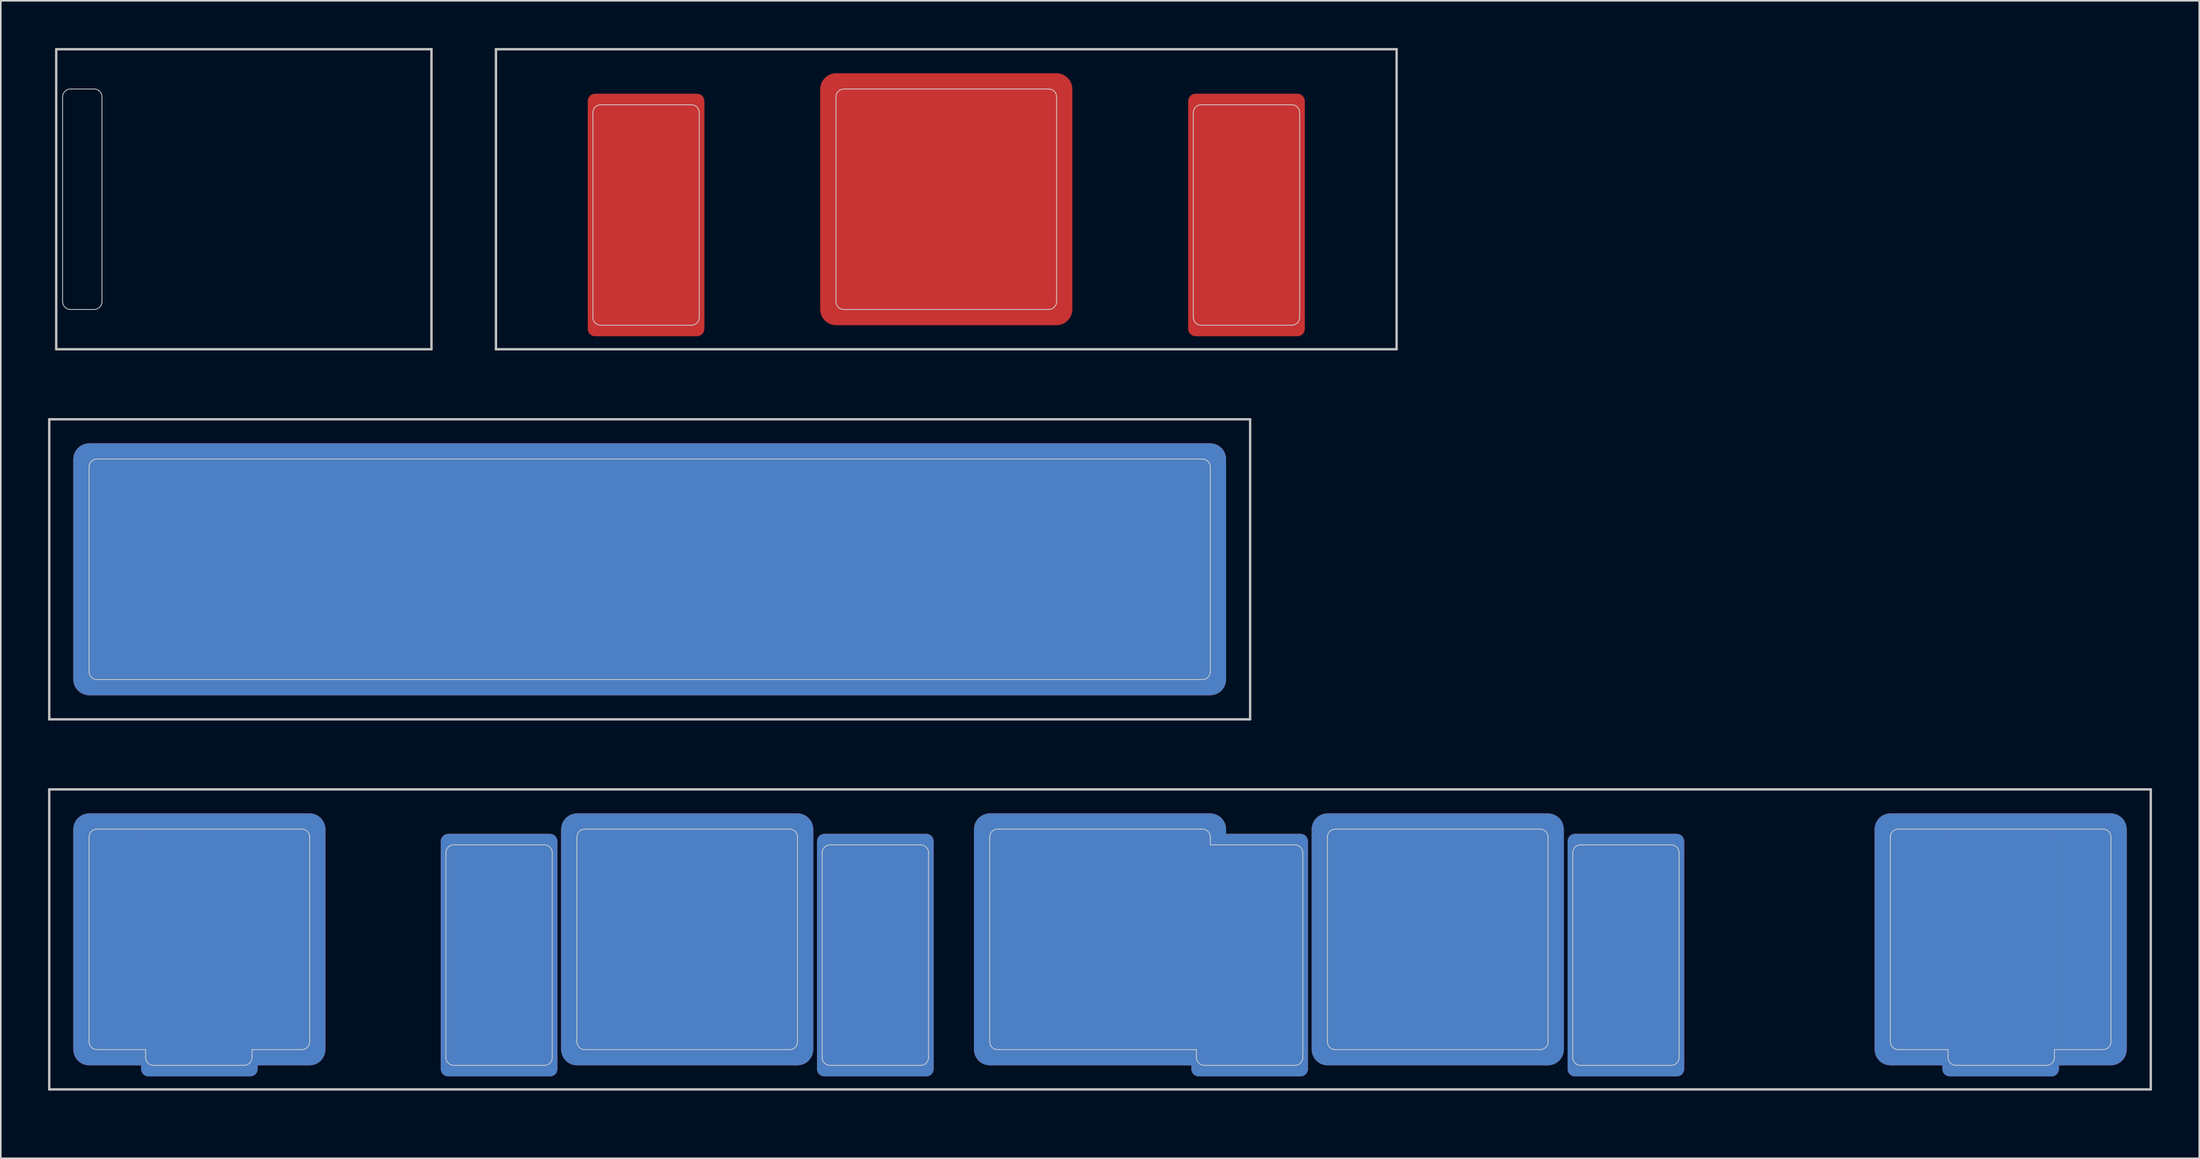
<source format=kicad_pcb>
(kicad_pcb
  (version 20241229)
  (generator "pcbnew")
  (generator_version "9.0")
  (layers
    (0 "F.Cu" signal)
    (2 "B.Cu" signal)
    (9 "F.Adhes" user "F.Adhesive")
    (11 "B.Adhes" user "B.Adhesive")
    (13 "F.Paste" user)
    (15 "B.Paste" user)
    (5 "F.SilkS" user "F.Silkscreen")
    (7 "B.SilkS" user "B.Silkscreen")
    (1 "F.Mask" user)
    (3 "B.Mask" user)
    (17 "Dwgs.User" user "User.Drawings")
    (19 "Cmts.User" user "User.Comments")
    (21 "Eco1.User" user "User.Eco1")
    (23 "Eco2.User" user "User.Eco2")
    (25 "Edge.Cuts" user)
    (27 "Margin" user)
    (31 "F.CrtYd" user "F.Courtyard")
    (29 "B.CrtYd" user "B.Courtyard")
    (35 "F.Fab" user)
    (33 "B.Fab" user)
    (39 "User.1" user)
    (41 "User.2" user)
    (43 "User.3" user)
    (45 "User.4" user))
  (footprint "MX_Cutout_7u_1u-2.25u-2.75u-1u"
    (layer "F.Cu")
    (at 66.75 56.596)
    (property "Reference" "MX_Cutout_7u_1u-2.25u-2.75u-1u" (at 0.25 10.05 0) (layer "Eco2.User") (effects (font (size 1 1) (thickness 0.15))))
    (attr through_hole)
    (fp_line (start -66.675 -9.525) (end -66.675 9.525) (stroke (width 0.15) (type solid)) (layer "Dwgs.User"))
    (fp_line (start -66.675 -9.525) (end 66.675 -9.525) (stroke (width 0.15) (type solid)) (layer "Dwgs.User"))
    (fp_line (start -66.675 9.525) (end 66.675 9.525) (stroke (width 0.15) (type solid)) (layer "Dwgs.User"))
    (fp_line (start 66.675 -9.525) (end 66.675 9.525) (stroke (width 0.15) (type solid)) (layer "Dwgs.User"))
    (fp_line (start -64.15 -6.5) (end -64.15 6.5) (stroke (width 0.05) (type solid)) (layer "Edge.Cuts"))
    (fp_line (start -63.65 7) (end -60.562 7) (stroke (width 0.05) (type solid)) (layer "Edge.Cuts"))
    (fp_line (start -60.562 7) (end -60.562 7.5) (stroke (width 0.05) (type solid)) (layer "Edge.Cuts"))
    (fp_line (start -54.312 8) (end -60.062 8) (stroke (width 0.05) (type solid)) (layer "Edge.Cuts"))
    (fp_line (start -53.812 7) (end -53.812 7.5) (stroke (width 0.05) (type solid)) (layer "Edge.Cuts"))
    (fp_line (start -53.812 7) (end -50.65 7) (stroke (width 0.05) (type solid)) (layer "Edge.Cuts"))
    (fp_line (start -50.65 -7) (end -63.65 -7) (stroke (width 0.05) (type solid)) (layer "Edge.Cuts"))
    (fp_line (start -50.15 6.5) (end -50.15 -6.5) (stroke (width 0.05) (type solid)) (layer "Edge.Cuts"))
    (fp_line (start -41.507 7.5) (end -41.507 -5.5) (stroke (width 0.05) (type solid)) (layer "Edge.Cuts"))
    (fp_line (start -41.007 -6) (end -35.257 -6) (stroke (width 0.05) (type solid)) (layer "Edge.Cuts"))
    (fp_line (start -35.257 8) (end -41.007 8) (stroke (width 0.05) (type solid)) (layer "Edge.Cuts"))
    (fp_line (start -34.757 -5.5) (end -34.757 7.5) (stroke (width 0.05) (type solid)) (layer "Edge.Cuts"))
    (fp_line (start -33.194 6.5) (end -33.194 -6.5) (stroke (width 0.05) (type solid)) (layer "Edge.Cuts"))
    (fp_line (start -32.694 -7) (end -19.694 -7) (stroke (width 0.05) (type solid)) (layer "Edge.Cuts"))
    (fp_line (start -19.694 7) (end -32.694 7) (stroke (width 0.05) (type solid)) (layer "Edge.Cuts"))
    (fp_line (start -19.194 -6.5) (end -19.194 6.5) (stroke (width 0.05) (type solid)) (layer "Edge.Cuts"))
    (fp_line (start -17.631 7.5) (end -17.631 -5.5) (stroke (width 0.05) (type solid)) (layer "Edge.Cuts"))
    (fp_line (start -17.131 -6) (end -11.381 -6) (stroke (width 0.05) (type solid)) (layer "Edge.Cuts"))
    (fp_line (start -11.381 8) (end -17.131 8) (stroke (width 0.05) (type solid)) (layer "Edge.Cuts"))
    (fp_line (start -10.881 -5.5) (end -10.881 7.5) (stroke (width 0.05) (type solid)) (layer "Edge.Cuts"))
    (fp_line (start -7 6.5) (end -7 -6.5) (stroke (width 0.05) (type solid)) (layer "Edge.Cuts"))
    (fp_line (start -6.5 -7) (end 6.5 -7) (stroke (width 0.05) (type solid)) (layer "Edge.Cuts"))
    (fp_line (start 6.118 7) (end -6.5 7) (stroke (width 0.05) (type solid)) (layer "Edge.Cuts"))
    (fp_line (start 6.118 7) (end 6.118 7.5) (stroke (width 0.05) (type solid)) (layer "Edge.Cuts"))
    (fp_line (start 7 -6.5) (end 7 -6) (stroke (width 0.05) (type solid)) (layer "Edge.Cuts"))
    (fp_line (start 7 -6) (end 12.368 -6) (stroke (width 0.05) (type solid)) (layer "Edge.Cuts"))
    (fp_line (start 12.368 8) (end 6.618 8) (stroke (width 0.05) (type solid)) (layer "Edge.Cuts"))
    (fp_line (start 12.868 -5.5) (end 12.868 7.5) (stroke (width 0.05) (type solid)) (layer "Edge.Cuts"))
    (fp_line (start 14.431 6.5) (end 14.431 -6.5) (stroke (width 0.05) (type solid)) (layer "Edge.Cuts"))
    (fp_line (start 14.931 -7) (end 27.931 -7) (stroke (width 0.05) (type solid)) (layer "Edge.Cuts"))
    (fp_line (start 27.931 7) (end 14.931 7) (stroke (width 0.05) (type solid)) (layer "Edge.Cuts"))
    (fp_line (start 28.431 -6.5) (end 28.431 6.5) (stroke (width 0.05) (type solid)) (layer "Edge.Cuts"))
    (fp_line (start 29.994 7.5) (end 29.994 -5.5) (stroke (width 0.05) (type solid)) (layer "Edge.Cuts"))
    (fp_line (start 30.494 -6) (end 36.244 -6) (stroke (width 0.05) (type solid)) (layer "Edge.Cuts"))
    (fp_line (start 36.244 8) (end 30.494 8) (stroke (width 0.05) (type solid)) (layer "Edge.Cuts"))
    (fp_line (start 36.744 -5.5) (end 36.744 7.5) (stroke (width 0.05) (type solid)) (layer "Edge.Cuts"))
    (fp_line (start 50.15 -6.5) (end 50.15 6.5) (stroke (width 0.05) (type solid)) (layer "Edge.Cuts"))
    (fp_line (start 50.65 7) (end 53.812 7) (stroke (width 0.05) (type solid)) (layer "Edge.Cuts"))
    (fp_line (start 53.812 7.5) (end 53.812 7) (stroke (width 0.05) (type solid)) (layer "Edge.Cuts"))
    (fp_line (start 60.062 8) (end 54.312 8) (stroke (width 0.05) (type solid)) (layer "Edge.Cuts"))
    (fp_line (start 60.562 7) (end 60.562 7.5) (stroke (width 0.05) (type solid)) (layer "Edge.Cuts"))
    (fp_line (start 60.562 7) (end 63.65 7) (stroke (width 0.05) (type solid)) (layer "Edge.Cuts"))
    (fp_line (start 63.65 -7) (end 50.65 -7) (stroke (width 0.05) (type solid)) (layer "Edge.Cuts"))
    (fp_line (start 64.15 6.5) (end 64.15 -6.5) (stroke (width 0.05) (type solid)) (layer "Edge.Cuts"))
    (fp_arc (start -64.15 -6.5) (mid -64.003553 -6.853553) (end -63.65 -7) (stroke (width 0.05) (type solid)) (layer "Edge.Cuts"))
    (fp_arc (start -63.65 7) (mid -64.003553 6.853553) (end -64.15 6.5) (stroke (width 0.05) (type solid)) (layer "Edge.Cuts"))
    (fp_arc (start -60.0625 8) (mid -60.416053 7.853553) (end -60.5625 7.5) (stroke (width 0.05) (type solid)) (layer "Edge.Cuts"))
    (fp_arc (start -53.8125 7.5) (mid -53.958947 7.853553) (end -54.3125 8) (stroke (width 0.05) (type solid)) (layer "Edge.Cuts"))
    (fp_arc (start -50.65 -7) (mid -50.296447 -6.853553) (end -50.15 -6.5) (stroke (width 0.05) (type solid)) (layer "Edge.Cuts"))
    (fp_arc (start -50.15 6.5) (mid -50.296447 6.853553) (end -50.65 7) (stroke (width 0.05) (type solid)) (layer "Edge.Cuts"))
    (fp_arc (start -41.50675 -5.5) (mid -41.360303 -5.853553) (end -41.00675 -6) (stroke (width 0.05) (type solid)) (layer "Edge.Cuts"))
    (fp_arc (start -41.00675 8) (mid -41.360303 7.853553) (end -41.50675 7.5) (stroke (width 0.05) (type solid)) (layer "Edge.Cuts"))
    (fp_arc (start -35.25675 -6) (mid -34.903197 -5.853553) (end -34.75675 -5.5) (stroke (width 0.05) (type solid)) (layer "Edge.Cuts"))
    (fp_arc (start -34.75675 7.5) (mid -34.903197 7.853553) (end -35.25675 8) (stroke (width 0.05) (type solid)) (layer "Edge.Cuts"))
    (fp_arc (start -33.19375 -6.5) (mid -33.047303 -6.853553) (end -32.69375 -7) (stroke (width 0.05) (type solid)) (layer "Edge.Cuts"))
    (fp_arc (start -32.69375 7) (mid -33.047303 6.853553) (end -33.19375 6.5) (stroke (width 0.05) (type solid)) (layer "Edge.Cuts"))
    (fp_arc (start -19.69375 -7) (mid -19.340197 -6.853553) (end -19.19375 -6.5) (stroke (width 0.05) (type solid)) (layer "Edge.Cuts"))
    (fp_arc (start -19.19375 6.5) (mid -19.340197 6.853553) (end -19.69375 7) (stroke (width 0.05) (type solid)) (layer "Edge.Cuts"))
    (fp_arc (start -17.63075 -5.5) (mid -17.484303 -5.853553) (end -17.13075 -6) (stroke (width 0.05) (type solid)) (layer "Edge.Cuts"))
    (fp_arc (start -17.13075 8) (mid -17.484303 7.853553) (end -17.63075 7.5) (stroke (width 0.05) (type solid)) (layer "Edge.Cuts"))
    (fp_arc (start -11.38075 -6) (mid -11.027197 -5.853553) (end -10.88075 -5.5) (stroke (width 0.05) (type solid)) (layer "Edge.Cuts"))
    (fp_arc (start -10.88075 7.5) (mid -11.027197 7.853553) (end -11.38075 8) (stroke (width 0.05) (type solid)) (layer "Edge.Cuts"))
    (fp_arc (start -7 -6.5) (mid -6.853553 -6.853553) (end -6.5 -7) (stroke (width 0.05) (type solid)) (layer "Edge.Cuts"))
    (fp_arc (start -6.5 7) (mid -6.853553 6.853553) (end -7 6.5) (stroke (width 0.05) (type solid)) (layer "Edge.Cuts"))
    (fp_arc (start 6.5 -7) (mid 6.853553 -6.853553) (end 7 -6.5) (stroke (width 0.05) (type solid)) (layer "Edge.Cuts"))
    (fp_arc (start 6.61825 8) (mid 6.264697 7.853553) (end 6.11825 7.5) (stroke (width 0.05) (type solid)) (layer "Edge.Cuts"))
    (fp_arc (start 12.36825 -6) (mid 12.721803 -5.853553) (end 12.86825 -5.5) (stroke (width 0.05) (type solid)) (layer "Edge.Cuts"))
    (fp_arc (start 12.86825 7.5) (mid 12.721803 7.853553) (end 12.36825 8) (stroke (width 0.05) (type solid)) (layer "Edge.Cuts"))
    (fp_arc (start 14.43125 -6.5) (mid 14.577697 -6.853553) (end 14.93125 -7) (stroke (width 0.05) (type solid)) (layer "Edge.Cuts"))
    (fp_arc (start 14.93125 7) (mid 14.577697 6.853553) (end 14.43125 6.5) (stroke (width 0.05) (type solid)) (layer "Edge.Cuts"))
    (fp_arc (start 27.93125 -7) (mid 28.284803 -6.853553) (end 28.43125 -6.5) (stroke (width 0.05) (type solid)) (layer "Edge.Cuts"))
    (fp_arc (start 28.43125 6.5) (mid 28.284803 6.853553) (end 27.93125 7) (stroke (width 0.05) (type solid)) (layer "Edge.Cuts"))
    (fp_arc (start 29.99425 -5.5) (mid 30.140697 -5.853553) (end 30.49425 -6) (stroke (width 0.05) (type solid)) (layer "Edge.Cuts"))
    (fp_arc (start 30.49425 8) (mid 30.140697 7.853553) (end 29.99425 7.5) (stroke (width 0.05) (type solid)) (layer "Edge.Cuts"))
    (fp_arc (start 36.24425 -6) (mid 36.597803 -5.853553) (end 36.74425 -5.5) (stroke (width 0.05) (type solid)) (layer "Edge.Cuts"))
    (fp_arc (start 36.74425 7.5) (mid 36.597803 7.853553) (end 36.24425 8) (stroke (width 0.05) (type solid)) (layer "Edge.Cuts"))
    (fp_arc (start 50.15 -6.5) (mid 50.296447 -6.853553) (end 50.65 -7) (stroke (width 0.05) (type solid)) (layer "Edge.Cuts"))
    (fp_arc (start 50.65 7) (mid 50.296447 6.853553) (end 50.15 6.5) (stroke (width 0.05) (type solid)) (layer "Edge.Cuts"))
    (fp_arc (start 54.3125 8) (mid 53.958947 7.853553) (end 53.8125 7.5) (stroke (width 0.05) (type solid)) (layer "Edge.Cuts"))
    (fp_arc (start 60.5625 7.5) (mid 60.416053 7.853553) (end 60.0625 8) (stroke (width 0.05) (type solid)) (layer "Edge.Cuts"))
    (fp_arc (start 63.65 -7) (mid 64.003553 -6.853553) (end 64.15 -6.5) (stroke (width 0.05) (type solid)) (layer "Edge.Cuts"))
    (fp_arc (start 64.15 6.5) (mid 64.003553 6.853553) (end 63.65 7) (stroke (width 0.05) (type solid)) (layer "Edge.Cuts"))
    (pad "1" smd roundrect (at -57.15 0 180) (size 16 16) (layers "F.Cu" "F.Mask") (roundrect_rratio 0.063))
    (pad "1" smd roundrect (at -57.15 0 180) (size 16 16) (layers "B.Cu" "B.Mask") (roundrect_rratio 0.063))
    (pad "1" smd roundrect (at -57.15 1 180) (size 7.4 15.4) (layers "F.Cu" "F.Mask") (roundrect_rratio 0.063))
    (pad "1" smd roundrect (at -57.15 1 180) (size 7.4 15.4) (layers "B.Cu" "B.Mask") (roundrect_rratio 0.063))
    (pad "1" smd roundrect (at -38.131 1 180) (size 7.4 15.4) (layers "F.Cu" "F.Mask") (roundrect_rratio 0.063))
    (pad "1" smd roundrect (at -38.131 1 180) (size 7.4 15.4) (layers "B.Cu" "B.Mask") (roundrect_rratio 0.063))
    (pad "1" smd roundrect (at -26.194 0 180) (size 16 16) (layers "F.Cu" "F.Mask") (roundrect_rratio 0.063))
    (pad "1" smd roundrect (at -26.194 0 180) (size 16 16) (layers "B.Cu" "B.Mask") (roundrect_rratio 0.063))
    (pad "1" smd roundrect (at -14.256 1 180) (size 7.4 15.4) (layers "F.Cu" "F.Mask") (roundrect_rratio 0.063))
    (pad "1" smd roundrect (at -14.256 1 180) (size 7.4 15.4) (layers "B.Cu" "B.Mask") (roundrect_rratio 0.063))
    (pad "1" smd roundrect (at 0 0 180) (size 16 16) (layers "F.Cu" "F.Mask") (roundrect_rratio 0.063))
    (pad "1" smd roundrect (at 0 0 180) (size 16 16) (layers "B.Cu" "B.Mask") (roundrect_rratio 0.063))
    (pad "1" smd roundrect (at 9.494 1 180) (size 7.4 15.4) (layers "F.Cu" "F.Mask") (roundrect_rratio 0.063))
    (pad "1" smd roundrect (at 9.494 1 180) (size 7.4 15.4) (layers "B.Cu" "B.Mask") (roundrect_rratio 0.063))
    (pad "1" smd roundrect (at 21.431 0 180) (size 16 16) (layers "F.Cu" "F.Mask") (roundrect_rratio 0.063))
    (pad "1" smd roundrect (at 21.431 0 180) (size 16 16) (layers "B.Cu" "B.Mask") (roundrect_rratio 0.063))
    (pad "1" smd roundrect (at 33.369 1 180) (size 7.4 15.4) (layers "F.Cu" "F.Mask") (roundrect_rratio 0.063))
    (pad "1" smd roundrect (at 33.369 1 180) (size 7.4 15.4) (layers "B.Cu" "B.Mask") (roundrect_rratio 0.063))
    (pad "1" smd roundrect (at 57.15 0 180) (size 16 16) (layers "F.Cu" "F.Mask") (roundrect_rratio 0.063))
    (pad "1" smd roundrect (at 57.15 0 180) (size 16 16) (layers "B.Cu" "B.Mask") (roundrect_rratio 0.063))
    (pad "1" smd roundrect (at 57.15 1 180) (size 7.4 15.4) (layers "F.Cu" "F.Mask") (roundrect_rratio 0.063))
    (pad "1" smd roundrect (at 57.15 1 180) (size 7.4 15.4) (layers "B.Cu" "B.Mask") (roundrect_rratio 0.063)))
  (footprint "MX_Cutout_1.25u_Acoustic_Single"
    (layer "F.Cu")
    (at 12.423 9.6)
    (property "Reference" "MX_Cutout_1.25u_Acoustic_Single" (at 0.25 10.05 0) (layer "Eco2.User") (effects (font (size 1 1) (thickness 0.15))))
    (attr through_hole)
    (fp_line (start -11.906 -9.525) (end 11.906 -9.525) (stroke (width 0.15) (type solid)) (layer "Dwgs.User"))
    (fp_line (start -11.906 9.525) (end -11.906 -9.525) (stroke (width 0.15) (type solid)) (layer "Dwgs.User"))
    (fp_line (start 11.906 -9.525) (end 11.906 9.525) (stroke (width 0.15) (type solid)) (layer "Dwgs.User"))
    (fp_line (start 11.906 9.525) (end -11.906 9.525) (stroke (width 0.15) (type solid)) (layer "Dwgs.User"))
    (fp_line (start -11.5 -6.5) (end -11.5 6.5) (stroke (width 0.05) (type solid)) (layer "Edge.Cuts"))
    (fp_line (start -11 7) (end -9.5 7) (stroke (width 0.05) (type solid)) (layer "Edge.Cuts"))
    (fp_line (start -9.5 -7) (end -11 -7) (stroke (width 0.05) (type solid)) (layer "Edge.Cuts"))
    (fp_line (start -9 -6.5) (end -9 6.5) (stroke (width 0.05) (type solid)) (layer "Edge.Cuts"))
    (fp_arc (start -11.5 -6.5) (mid -11.353553 -6.853553) (end -11 -7) (stroke (width 0.05) (type solid)) (layer "Edge.Cuts"))
    (fp_arc (start -11 7) (mid -11.353553 6.853553) (end -11.5 6.5) (stroke (width 0.05) (type solid)) (layer "Edge.Cuts"))
    (fp_arc (start -9.5 -7) (mid -9.146447 -6.853553) (end -9 -6.5) (stroke (width 0.05) (type solid)) (layer "Edge.Cuts"))
    (fp_arc (start -9 6.5) (mid -9.146447 6.853553) (end -9.5 7) (stroke (width 0.05) (type solid)) (layer "Edge.Cuts")))
  (footprint "MX_Cutout_4u"
    (layer "F.Cu")
    (at 38.175 33.098)
    (property "Reference" "MX_Cutout_4u" (at 0.25 10.05 0) (layer "Eco2.User") (effects (font (size 1 1) (thickness 0.15))))
    (attr through_hole)
    (fp_line (start -38.1 -9.525) (end 38.1 -9.525) (stroke (width 0.15) (type solid)) (layer "Dwgs.User"))
    (fp_line (start -38.1 9.525) (end -38.1 -9.525) (stroke (width 0.15) (type solid)) (layer "Dwgs.User"))
    (fp_line (start 38.1 -9.525) (end 38.1 9.525) (stroke (width 0.15) (type solid)) (layer "Dwgs.User"))
    (fp_line (start 38.1 9.525) (end -38.1 9.525) (stroke (width 0.15) (type solid)) (layer "Dwgs.User"))
    (fp_line (start -35.575 -6.5) (end -35.575 6.5) (stroke (width 0.05) (type solid)) (layer "Edge.Cuts"))
    (fp_line (start -35.075 7) (end 35.075 7) (stroke (width 0.05) (type solid)) (layer "Edge.Cuts"))
    (fp_line (start 35.075 -7) (end -35.075 -7) (stroke (width 0.05) (type solid)) (layer "Edge.Cuts"))
    (fp_line (start 35.575 6.5) (end 35.575 -6.5) (stroke (width 0.05) (type solid)) (layer "Edge.Cuts"))
    (fp_arc (start -35.575 -6.5) (mid -35.428553 -6.853553) (end -35.075 -7) (stroke (width 0.05) (type solid)) (layer "Edge.Cuts"))
    (fp_arc (start -35.075 7) (mid -35.428553 6.853553) (end -35.575 6.5) (stroke (width 0.05) (type solid)) (layer "Edge.Cuts"))
    (fp_arc (start 35.075 -7) (mid 35.428553 -6.853553) (end 35.575 -6.5) (stroke (width 0.05) (type solid)) (layer "Edge.Cuts"))
    (fp_arc (start 35.575 6.5) (mid 35.428553 6.853553) (end 35.075 7) (stroke (width 0.05) (type solid)) (layer "Edge.Cuts"))
    (pad "1" smd roundrect (at 0 0 180) (size 73.15 16) (layers "F.Cu" "F.Mask") (roundrect_rratio 0.063))
    (pad "1" smd roundrect (at 0 0 180) (size 73.15 16) (layers "B.Cu" "B.Mask") (roundrect_rratio 0.063)))
  (footprint "MX_Cutout_3u"
    (layer "F.Cu")
    (at 56.995 9.6)
    (property "Reference" "MX_Cutout_3u" (at 0.25 10.05 0) (layer "Eco2.User") (effects (font (size 1 1) (thickness 0.15))))
    (attr through_hole)
    (fp_line (start -28.575 -9.525) (end -28.575 9.525) (stroke (width 0.15) (type solid)) (layer "Dwgs.User"))
    (fp_line (start -28.575 -9.525) (end 28.575 -9.525) (stroke (width 0.15) (type solid)) (layer "Dwgs.User"))
    (fp_line (start -28.575 9.525) (end 28.575 9.525) (stroke (width 0.15) (type solid)) (layer "Dwgs.User"))
    (fp_line (start 28.575 -9.525) (end 28.575 9.525) (stroke (width 0.15) (type solid)) (layer "Dwgs.User"))
    (fp_line (start -22.425 7.5) (end -22.425 -5.5) (stroke (width 0.05) (type solid)) (layer "Edge.Cuts"))
    (fp_line (start -21.925 -6) (end -16.175 -6) (stroke (width 0.05) (type solid)) (layer "Edge.Cuts"))
    (fp_line (start -16.175 8) (end -21.925 8) (stroke (width 0.05) (type solid)) (layer "Edge.Cuts"))
    (fp_line (start -15.675 -5.5) (end -15.675 7.5) (stroke (width 0.05) (type solid)) (layer "Edge.Cuts"))
    (fp_line (start -7 6.5) (end -7 -6.5) (stroke (width 0.05) (type solid)) (layer "Edge.Cuts"))
    (fp_line (start -6.5 -7) (end 6.5 -7) (stroke (width 0.05) (type solid)) (layer "Edge.Cuts"))
    (fp_line (start 6.5 7) (end -6.5 7) (stroke (width 0.05) (type solid)) (layer "Edge.Cuts"))
    (fp_line (start 7 -6.5) (end 7 6.5) (stroke (width 0.05) (type solid)) (layer "Edge.Cuts"))
    (fp_line (start 15.675 7.5) (end 15.675 -5.5) (stroke (width 0.05) (type solid)) (layer "Edge.Cuts"))
    (fp_line (start 16.175 -6) (end 21.925 -6) (stroke (width 0.05) (type solid)) (layer "Edge.Cuts"))
    (fp_line (start 21.925 8) (end 16.175 8) (stroke (width 0.05) (type solid)) (layer "Edge.Cuts"))
    (fp_line (start 22.425 -5.5) (end 22.425 7.5) (stroke (width 0.05) (type solid)) (layer "Edge.Cuts"))
    (fp_arc (start -22.425 -5.5) (mid -22.278553 -5.853553) (end -21.925 -6) (stroke (width 0.05) (type solid)) (layer "Edge.Cuts"))
    (fp_arc (start -21.925 8) (mid -22.278553 7.853553) (end -22.425 7.5) (stroke (width 0.05) (type solid)) (layer "Edge.Cuts"))
    (fp_arc (start -16.175 -6) (mid -15.821447 -5.853553) (end -15.675 -5.5) (stroke (width 0.05) (type solid)) (layer "Edge.Cuts"))
    (fp_arc (start -15.675 7.5) (mid -15.821447 7.853553) (end -16.175 8) (stroke (width 0.05) (type solid)) (layer "Edge.Cuts"))
    (fp_arc (start -7 -6.5) (mid -6.853553 -6.853553) (end -6.5 -7) (stroke (width 0.05) (type solid)) (layer "Edge.Cuts"))
    (fp_arc (start -6.5 7) (mid -6.853553 6.853553) (end -7 6.5) (stroke (width 0.05) (type solid)) (layer "Edge.Cuts"))
    (fp_arc (start 6.5 -7) (mid 6.853553 -6.853553) (end 7 -6.5) (stroke (width 0.05) (type solid)) (layer "Edge.Cuts"))
    (fp_arc (start 7 6.5) (mid 6.853553 6.853553) (end 6.5 7) (stroke (width 0.05) (type solid)) (layer "Edge.Cuts"))
    (fp_arc (start 15.675 -5.5) (mid 15.821447 -5.853553) (end 16.175 -6) (stroke (width 0.05) (type solid)) (layer "Edge.Cuts"))
    (fp_arc (start 16.175 8) (mid 15.821447 7.853553) (end 15.675 7.5) (stroke (width 0.05) (type solid)) (layer "Edge.Cuts"))
    (fp_arc (start 21.925 -6) (mid 22.278553 -5.853553) (end 22.425 -5.5) (stroke (width 0.05) (type solid)) (layer "Edge.Cuts"))
    (fp_arc (start 22.425 7.5) (mid 22.278553 7.853553) (end 21.925 8) (stroke (width 0.05) (type solid)) (layer "Edge.Cuts"))
    (pad "1" smd roundrect (at -19.05 1 180) (size 7.4 15.4) (layers "F.Cu" "F.Mask") (roundrect_rratio 0.063))
    (pad "1" smd roundrect (at 0 0 180) (size 16 16) (layers "F.Cu" "F.Mask") (roundrect_rratio 0.063))
    (pad "1" smd roundrect (at 19.05 1 180) (size 7.4 15.4) (layers "F.Cu" "F.Mask") (roundrect_rratio 0.063)))
  (gr_rect
    (start -3 -3)
    (end 136.5 70.495)
    (stroke (width 0.1) (type default))
    (fill no)
    (layer "Edge.Cuts")))
</source>
